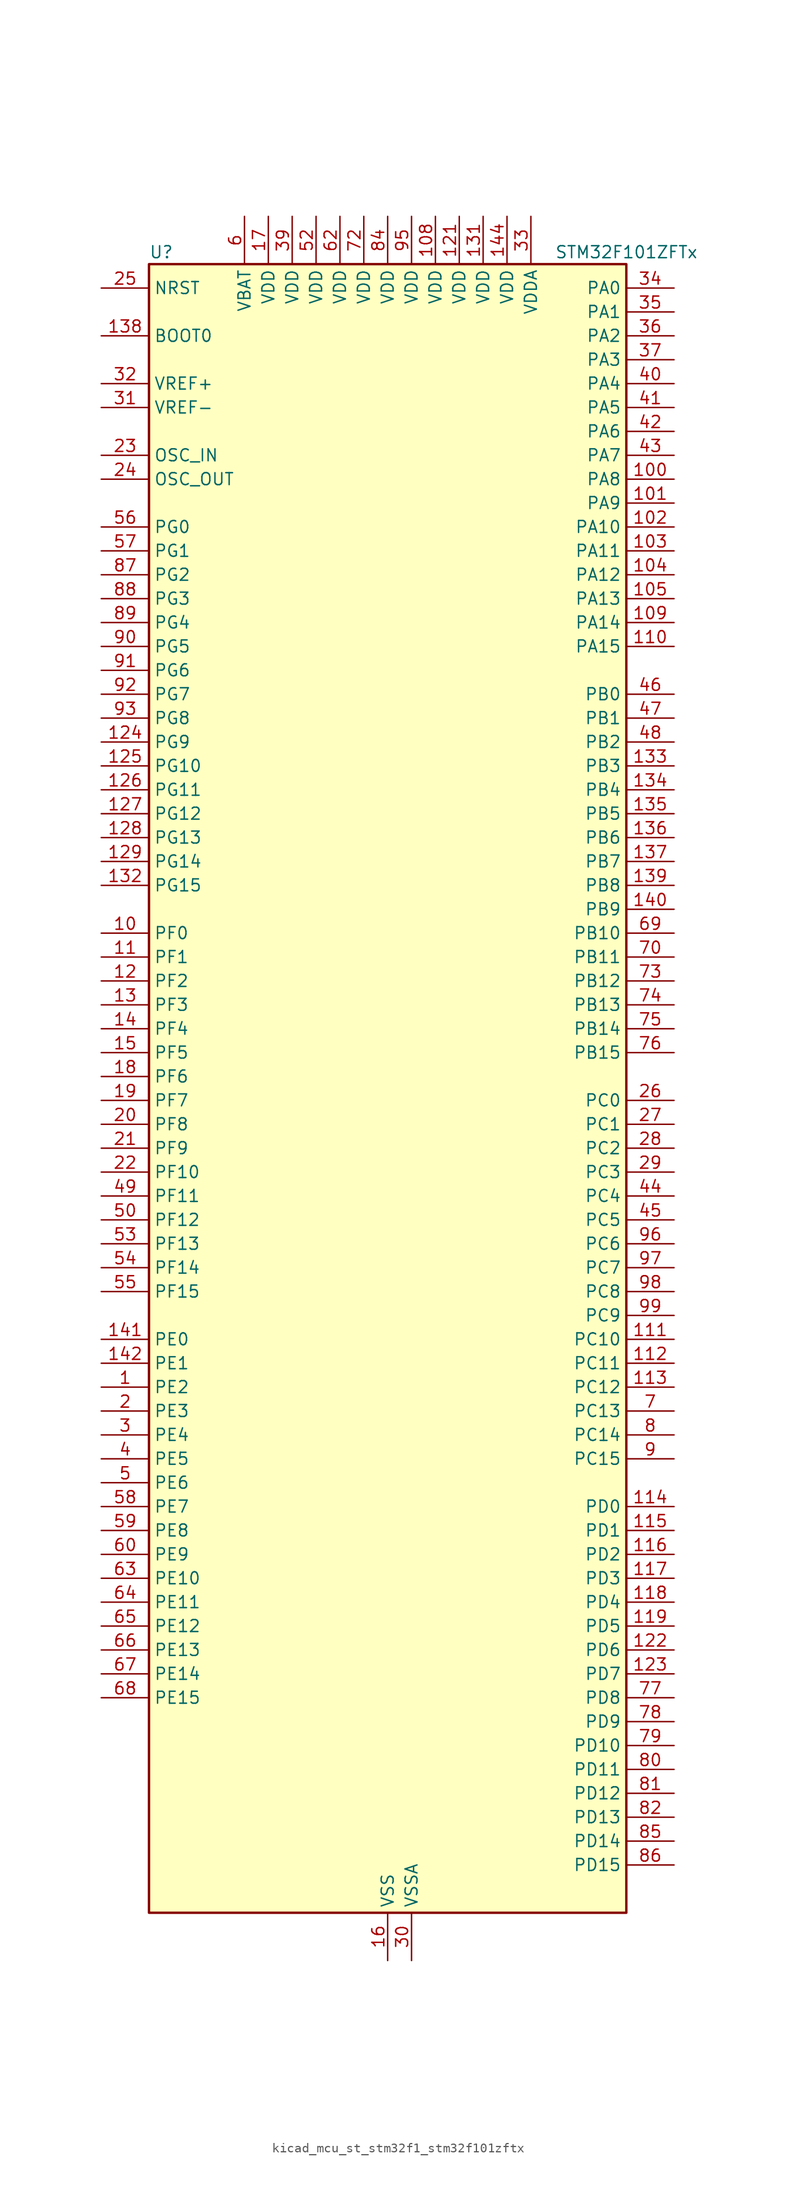
<source format=kicad_sym>
(kicad_symbol_lib
  (version 20220914)
  (generator kicad_symbol_editor)
  (symbol "kicad_mcu_st_stm32f1_stm32f101zftx"
    (property "Reference" "U"
      (at -25.4 90.17 0)
      (effects (font (size 1.27 1.27)) (justify left)))
    (property "Value" "STM32F101ZFTx"
      (at 17.78 90.17 0)
      (effects (font (size 1.27 1.27)) (justify left)))
    (property "ki_locked" ""
      (at 0 0 0)
      (effects (font (size 1.27 1.27))))
    (symbol "kicad_mcu_st_stm32f1_stm32f101zftx_0_1"
      (rectangle (start -25.4 -86.36) (end 25.4 88.9) (stroke (width 0.254) (type default)) (fill (type background))))
    (symbol "kicad_mcu_st_stm32f1_stm32f101zftx_1_1"
      (pin bidirectional line (at -30.48 -30.48 0) (length 5.08) (name "PE2" (effects (font (size 1.27 1.27)))) (number "1" (effects (font (size 1.27 1.27)))) (alternate "FSMC_A23" bidirectional line) (alternate "SYS_TRACECLK" bidirectional line))
      (pin bidirectional line (at -30.48 17.78 0) (length 5.08) (name "PF0" (effects (font (size 1.27 1.27)))) (number "10" (effects (font (size 1.27 1.27)))) (alternate "FSMC_A0" bidirectional line))
      (pin bidirectional line (at 30.48 66.04 180) (length 5.08) (name "PA8" (effects (font (size 1.27 1.27)))) (number "100" (effects (font (size 1.27 1.27)))) (alternate "RCC_MCO" bidirectional line) (alternate "USART1_CK" bidirectional line))
      (pin bidirectional line (at 30.48 63.5 180) (length 5.08) (name "PA9" (effects (font (size 1.27 1.27)))) (number "101" (effects (font (size 1.27 1.27)))) (alternate "DAC_EXTI9" bidirectional line) (alternate "USART1_TX" bidirectional line))
      (pin bidirectional line (at 30.48 60.96 180) (length 5.08) (name "PA10" (effects (font (size 1.27 1.27)))) (number "102" (effects (font (size 1.27 1.27)))) (alternate "USART1_RX" bidirectional line))
      (pin bidirectional line (at 30.48 58.42 180) (length 5.08) (name "PA11" (effects (font (size 1.27 1.27)))) (number "103" (effects (font (size 1.27 1.27)))) (alternate "ADC1_EXTI11" bidirectional line) (alternate "USART1_CTS" bidirectional line))
      (pin bidirectional line (at 30.48 55.88 180) (length 5.08) (name "PA12" (effects (font (size 1.27 1.27)))) (number "104" (effects (font (size 1.27 1.27)))) (alternate "USART1_RTS" bidirectional line))
      (pin bidirectional line (at 30.48 53.34 180) (length 5.08) (name "PA13" (effects (font (size 1.27 1.27)))) (number "105" (effects (font (size 1.27 1.27)))) (alternate "SYS_JTMS-SWDIO" bidirectional line))
      (pin no_connect line (at -25.4 -86.36 0) (length 5.08) hide (name "NC" (effects (font (size 1.27 1.27)))) (number "106" (effects (font (size 1.27 1.27)))))
      (pin passive line (at 0 -91.44 90) (length 5.08) hide (name "VSS" (effects (font (size 1.27 1.27)))) (number "107" (effects (font (size 1.27 1.27)))))
      (pin power_in line (at 5.08 93.98 270) (length 5.08) (name "VDD" (effects (font (size 1.27 1.27)))) (number "108" (effects (font (size 1.27 1.27)))))
      (pin bidirectional line (at 30.48 50.8 180) (length 5.08) (name "PA14" (effects (font (size 1.27 1.27)))) (number "109" (effects (font (size 1.27 1.27)))) (alternate "SYS_JTCK-SWCLK" bidirectional line))
      (pin bidirectional line (at -30.48 15.24 0) (length 5.08) (name "PF1" (effects (font (size 1.27 1.27)))) (number "11" (effects (font (size 1.27 1.27)))) (alternate "FSMC_A1" bidirectional line))
      (pin bidirectional line (at 30.48 48.26 180) (length 5.08) (name "PA15" (effects (font (size 1.27 1.27)))) (number "110" (effects (font (size 1.27 1.27)))) (alternate "ADC1_EXTI15" bidirectional line) (alternate "SPI1_NSS" bidirectional line) (alternate "SPI3_NSS" bidirectional line) (alternate "SYS_JTDI" bidirectional line) (alternate "TIM2_CH1" bidirectional line) (alternate "TIM2_ETR" bidirectional line))
      (pin bidirectional line (at 30.48 -25.4 180) (length 5.08) (name "PC10" (effects (font (size 1.27 1.27)))) (number "111" (effects (font (size 1.27 1.27)))) (alternate "UART4_TX" bidirectional line) (alternate "USART3_TX" bidirectional line))
      (pin bidirectional line (at 30.48 -27.94 180) (length 5.08) (name "PC11" (effects (font (size 1.27 1.27)))) (number "112" (effects (font (size 1.27 1.27)))) (alternate "ADC1_EXTI11" bidirectional line) (alternate "UART4_RX" bidirectional line) (alternate "USART3_RX" bidirectional line))
      (pin bidirectional line (at 30.48 -30.48 180) (length 5.08) (name "PC12" (effects (font (size 1.27 1.27)))) (number "113" (effects (font (size 1.27 1.27)))) (alternate "UART5_TX" bidirectional line) (alternate "USART3_CK" bidirectional line))
      (pin bidirectional line (at 30.48 -43.18 180) (length 5.08) (name "PD0" (effects (font (size 1.27 1.27)))) (number "114" (effects (font (size 1.27 1.27)))) (alternate "FSMC_D2" bidirectional line) (alternate "FSMC_DA2" bidirectional line))
      (pin bidirectional line (at 30.48 -45.72 180) (length 5.08) (name "PD1" (effects (font (size 1.27 1.27)))) (number "115" (effects (font (size 1.27 1.27)))) (alternate "FSMC_D3" bidirectional line) (alternate "FSMC_DA3" bidirectional line))
      (pin bidirectional line (at 30.48 -48.26 180) (length 5.08) (name "PD2" (effects (font (size 1.27 1.27)))) (number "116" (effects (font (size 1.27 1.27)))) (alternate "TIM3_ETR" bidirectional line) (alternate "UART5_RX" bidirectional line))
      (pin bidirectional line (at 30.48 -50.8 180) (length 5.08) (name "PD3" (effects (font (size 1.27 1.27)))) (number "117" (effects (font (size 1.27 1.27)))) (alternate "FSMC_CLK" bidirectional line) (alternate "USART2_CTS" bidirectional line))
      (pin bidirectional line (at 30.48 -53.34 180) (length 5.08) (name "PD4" (effects (font (size 1.27 1.27)))) (number "118" (effects (font (size 1.27 1.27)))) (alternate "FSMC_NOE" bidirectional line) (alternate "USART2_RTS" bidirectional line))
      (pin bidirectional line (at 30.48 -55.88 180) (length 5.08) (name "PD5" (effects (font (size 1.27 1.27)))) (number "119" (effects (font (size 1.27 1.27)))) (alternate "FSMC_NWE" bidirectional line) (alternate "USART2_TX" bidirectional line))
      (pin bidirectional line (at -30.48 12.7 0) (length 5.08) (name "PF2" (effects (font (size 1.27 1.27)))) (number "12" (effects (font (size 1.27 1.27)))) (alternate "FSMC_A2" bidirectional line))
      (pin passive line (at 0 -91.44 90) (length 5.08) hide (name "VSS" (effects (font (size 1.27 1.27)))) (number "120" (effects (font (size 1.27 1.27)))))
      (pin power_in line (at 7.62 93.98 270) (length 5.08) (name "VDD" (effects (font (size 1.27 1.27)))) (number "121" (effects (font (size 1.27 1.27)))))
      (pin bidirectional line (at 30.48 -58.42 180) (length 5.08) (name "PD6" (effects (font (size 1.27 1.27)))) (number "122" (effects (font (size 1.27 1.27)))) (alternate "FSMC_NWAIT" bidirectional line) (alternate "USART2_RX" bidirectional line))
      (pin bidirectional line (at 30.48 -60.96 180) (length 5.08) (name "PD7" (effects (font (size 1.27 1.27)))) (number "123" (effects (font (size 1.27 1.27)))) (alternate "FSMC_NCE2" bidirectional line) (alternate "FSMC_NE1" bidirectional line) (alternate "USART2_CK" bidirectional line))
      (pin bidirectional line (at -30.48 38.1 0) (length 5.08) (name "PG9" (effects (font (size 1.27 1.27)))) (number "124" (effects (font (size 1.27 1.27)))) (alternate "DAC_EXTI9" bidirectional line) (alternate "FSMC_NCE3" bidirectional line) (alternate "FSMC_NE2" bidirectional line))
      (pin bidirectional line (at -30.48 35.56 0) (length 5.08) (name "PG10" (effects (font (size 1.27 1.27)))) (number "125" (effects (font (size 1.27 1.27)))) (alternate "FSMC_NCE4_1" bidirectional line) (alternate "FSMC_NE3" bidirectional line))
      (pin bidirectional line (at -30.48 33.02 0) (length 5.08) (name "PG11" (effects (font (size 1.27 1.27)))) (number "126" (effects (font (size 1.27 1.27)))) (alternate "ADC1_EXTI11" bidirectional line) (alternate "FSMC_NCE4_2" bidirectional line))
      (pin bidirectional line (at -30.48 30.48 0) (length 5.08) (name "PG12" (effects (font (size 1.27 1.27)))) (number "127" (effects (font (size 1.27 1.27)))) (alternate "FSMC_NE4" bidirectional line))
      (pin bidirectional line (at -30.48 27.94 0) (length 5.08) (name "PG13" (effects (font (size 1.27 1.27)))) (number "128" (effects (font (size 1.27 1.27)))) (alternate "FSMC_A24" bidirectional line))
      (pin bidirectional line (at -30.48 25.4 0) (length 5.08) (name "PG14" (effects (font (size 1.27 1.27)))) (number "129" (effects (font (size 1.27 1.27)))) (alternate "FSMC_A25" bidirectional line))
      (pin bidirectional line (at -30.48 10.16 0) (length 5.08) (name "PF3" (effects (font (size 1.27 1.27)))) (number "13" (effects (font (size 1.27 1.27)))) (alternate "FSMC_A3" bidirectional line))
      (pin passive line (at 0 -91.44 90) (length 5.08) hide (name "VSS" (effects (font (size 1.27 1.27)))) (number "130" (effects (font (size 1.27 1.27)))))
      (pin power_in line (at 10.16 93.98 270) (length 5.08) (name "VDD" (effects (font (size 1.27 1.27)))) (number "131" (effects (font (size 1.27 1.27)))))
      (pin bidirectional line (at -30.48 22.86 0) (length 5.08) (name "PG15" (effects (font (size 1.27 1.27)))) (number "132" (effects (font (size 1.27 1.27)))) (alternate "ADC1_EXTI15" bidirectional line))
      (pin bidirectional line (at 30.48 35.56 180) (length 5.08) (name "PB3" (effects (font (size 1.27 1.27)))) (number "133" (effects (font (size 1.27 1.27)))) (alternate "SPI1_SCK" bidirectional line) (alternate "SPI3_SCK" bidirectional line) (alternate "SYS_JTDO-TRACESWO" bidirectional line) (alternate "TIM2_CH2" bidirectional line))
      (pin bidirectional line (at 30.48 33.02 180) (length 5.08) (name "PB4" (effects (font (size 1.27 1.27)))) (number "134" (effects (font (size 1.27 1.27)))) (alternate "SPI1_MISO" bidirectional line) (alternate "SPI3_MISO" bidirectional line) (alternate "SYS_NJTRST" bidirectional line) (alternate "TIM3_CH1" bidirectional line))
      (pin bidirectional line (at 30.48 30.48 180) (length 5.08) (name "PB5" (effects (font (size 1.27 1.27)))) (number "135" (effects (font (size 1.27 1.27)))) (alternate "I2C1_SMBA" bidirectional line) (alternate "SPI1_MOSI" bidirectional line) (alternate "SPI3_MOSI" bidirectional line) (alternate "TIM3_CH2" bidirectional line))
      (pin bidirectional line (at 30.48 27.94 180) (length 5.08) (name "PB6" (effects (font (size 1.27 1.27)))) (number "136" (effects (font (size 1.27 1.27)))) (alternate "I2C1_SCL" bidirectional line) (alternate "TIM4_CH1" bidirectional line) (alternate "USART1_TX" bidirectional line))
      (pin bidirectional line (at 30.48 25.4 180) (length 5.08) (name "PB7" (effects (font (size 1.27 1.27)))) (number "137" (effects (font (size 1.27 1.27)))) (alternate "FSMC_NL" bidirectional line) (alternate "I2C1_SDA" bidirectional line) (alternate "TIM4_CH2" bidirectional line) (alternate "USART1_RX" bidirectional line))
      (pin input line (at -30.48 81.28 0) (length 5.08) (name "BOOT0" (effects (font (size 1.27 1.27)))) (number "138" (effects (font (size 1.27 1.27)))))
      (pin bidirectional line (at 30.48 22.86 180) (length 5.08) (name "PB8" (effects (font (size 1.27 1.27)))) (number "139" (effects (font (size 1.27 1.27)))) (alternate "I2C1_SCL" bidirectional line) (alternate "TIM10_CH1" bidirectional line) (alternate "TIM4_CH3" bidirectional line))
      (pin bidirectional line (at -30.48 7.62 0) (length 5.08) (name "PF4" (effects (font (size 1.27 1.27)))) (number "14" (effects (font (size 1.27 1.27)))) (alternate "FSMC_A4" bidirectional line))
      (pin bidirectional line (at 30.48 20.32 180) (length 5.08) (name "PB9" (effects (font (size 1.27 1.27)))) (number "140" (effects (font (size 1.27 1.27)))) (alternate "DAC_EXTI9" bidirectional line) (alternate "I2C1_SDA" bidirectional line) (alternate "TIM11_CH1" bidirectional line) (alternate "TIM4_CH4" bidirectional line))
      (pin bidirectional line (at -30.48 -25.4 0) (length 5.08) (name "PE0" (effects (font (size 1.27 1.27)))) (number "141" (effects (font (size 1.27 1.27)))) (alternate "FSMC_NBL0" bidirectional line) (alternate "TIM4_ETR" bidirectional line))
      (pin bidirectional line (at -30.48 -27.94 0) (length 5.08) (name "PE1" (effects (font (size 1.27 1.27)))) (number "142" (effects (font (size 1.27 1.27)))) (alternate "FSMC_NBL1" bidirectional line))
      (pin passive line (at 0 -91.44 90) (length 5.08) hide (name "VSS" (effects (font (size 1.27 1.27)))) (number "143" (effects (font (size 1.27 1.27)))))
      (pin power_in line (at 12.7 93.98 270) (length 5.08) (name "VDD" (effects (font (size 1.27 1.27)))) (number "144" (effects (font (size 1.27 1.27)))))
      (pin bidirectional line (at -30.48 5.08 0) (length 5.08) (name "PF5" (effects (font (size 1.27 1.27)))) (number "15" (effects (font (size 1.27 1.27)))) (alternate "FSMC_A5" bidirectional line))
      (pin power_in line (at 0 -91.44 90) (length 5.08) (name "VSS" (effects (font (size 1.27 1.27)))) (number "16" (effects (font (size 1.27 1.27)))))
      (pin power_in line (at -12.7 93.98 270) (length 5.08) (name "VDD" (effects (font (size 1.27 1.27)))) (number "17" (effects (font (size 1.27 1.27)))))
      (pin bidirectional line (at -30.48 2.54 0) (length 5.08) (name "PF6" (effects (font (size 1.27 1.27)))) (number "18" (effects (font (size 1.27 1.27)))) (alternate "FSMC_NIORD" bidirectional line) (alternate "TIM10_CH1" bidirectional line))
      (pin bidirectional line (at -30.48 0 0) (length 5.08) (name "PF7" (effects (font (size 1.27 1.27)))) (number "19" (effects (font (size 1.27 1.27)))) (alternate "FSMC_NREG" bidirectional line) (alternate "TIM11_CH1" bidirectional line))
      (pin bidirectional line (at -30.48 -33.02 0) (length 5.08) (name "PE3" (effects (font (size 1.27 1.27)))) (number "2" (effects (font (size 1.27 1.27)))) (alternate "FSMC_A19" bidirectional line) (alternate "SYS_TRACED0" bidirectional line))
      (pin bidirectional line (at -30.48 -2.54 0) (length 5.08) (name "PF8" (effects (font (size 1.27 1.27)))) (number "20" (effects (font (size 1.27 1.27)))) (alternate "FSMC_NIOWR" bidirectional line) (alternate "TIM13_CH1" bidirectional line))
      (pin bidirectional line (at -30.48 -5.08 0) (length 5.08) (name "PF9" (effects (font (size 1.27 1.27)))) (number "21" (effects (font (size 1.27 1.27)))) (alternate "DAC_EXTI9" bidirectional line) (alternate "FSMC_CD" bidirectional line) (alternate "TIM14_CH1" bidirectional line))
      (pin bidirectional line (at -30.48 -7.62 0) (length 5.08) (name "PF10" (effects (font (size 1.27 1.27)))) (number "22" (effects (font (size 1.27 1.27)))) (alternate "FSMC_INTR" bidirectional line))
      (pin input line (at -30.48 68.58 0) (length 5.08) (name "OSC_IN" (effects (font (size 1.27 1.27)))) (number "23" (effects (font (size 1.27 1.27)))) (alternate "RCC_OSC_IN" bidirectional line))
      (pin input line (at -30.48 66.04 0) (length 5.08) (name "OSC_OUT" (effects (font (size 1.27 1.27)))) (number "24" (effects (font (size 1.27 1.27)))) (alternate "RCC_OSC_OUT" bidirectional line))
      (pin input line (at -30.48 86.36 0) (length 5.08) (name "NRST" (effects (font (size 1.27 1.27)))) (number "25" (effects (font (size 1.27 1.27)))))
      (pin bidirectional line (at 30.48 0 180) (length 5.08) (name "PC0" (effects (font (size 1.27 1.27)))) (number "26" (effects (font (size 1.27 1.27)))) (alternate "ADC1_IN10" bidirectional line))
      (pin bidirectional line (at 30.48 -2.54 180) (length 5.08) (name "PC1" (effects (font (size 1.27 1.27)))) (number "27" (effects (font (size 1.27 1.27)))) (alternate "ADC1_IN11" bidirectional line))
      (pin bidirectional line (at 30.48 -5.08 180) (length 5.08) (name "PC2" (effects (font (size 1.27 1.27)))) (number "28" (effects (font (size 1.27 1.27)))) (alternate "ADC1_IN12" bidirectional line))
      (pin bidirectional line (at 30.48 -7.62 180) (length 5.08) (name "PC3" (effects (font (size 1.27 1.27)))) (number "29" (effects (font (size 1.27 1.27)))) (alternate "ADC1_IN13" bidirectional line))
      (pin bidirectional line (at -30.48 -35.56 0) (length 5.08) (name "PE4" (effects (font (size 1.27 1.27)))) (number "3" (effects (font (size 1.27 1.27)))) (alternate "FSMC_A20" bidirectional line) (alternate "SYS_TRACED1" bidirectional line))
      (pin power_in line (at 2.54 -91.44 90) (length 5.08) (name "VSSA" (effects (font (size 1.27 1.27)))) (number "30" (effects (font (size 1.27 1.27)))))
      (pin input line (at -30.48 73.66 0) (length 5.08) (name "VREF-" (effects (font (size 1.27 1.27)))) (number "31" (effects (font (size 1.27 1.27)))))
      (pin input line (at -30.48 76.2 0) (length 5.08) (name "VREF+" (effects (font (size 1.27 1.27)))) (number "32" (effects (font (size 1.27 1.27)))))
      (pin power_in line (at 15.24 93.98 270) (length 5.08) (name "VDDA" (effects (font (size 1.27 1.27)))) (number "33" (effects (font (size 1.27 1.27)))))
      (pin bidirectional line (at 30.48 86.36 180) (length 5.08) (name "PA0" (effects (font (size 1.27 1.27)))) (number "34" (effects (font (size 1.27 1.27)))) (alternate "ADC1_IN0" bidirectional line) (alternate "SYS_WKUP" bidirectional line) (alternate "TIM2_CH1" bidirectional line) (alternate "TIM2_ETR" bidirectional line) (alternate "TIM5_CH1" bidirectional line) (alternate "USART2_CTS" bidirectional line))
      (pin bidirectional line (at 30.48 83.82 180) (length 5.08) (name "PA1" (effects (font (size 1.27 1.27)))) (number "35" (effects (font (size 1.27 1.27)))) (alternate "ADC1_IN1" bidirectional line) (alternate "TIM2_CH2" bidirectional line) (alternate "TIM5_CH2" bidirectional line) (alternate "USART2_RTS" bidirectional line))
      (pin bidirectional line (at 30.48 81.28 180) (length 5.08) (name "PA2" (effects (font (size 1.27 1.27)))) (number "36" (effects (font (size 1.27 1.27)))) (alternate "ADC1_IN2" bidirectional line) (alternate "TIM2_CH3" bidirectional line) (alternate "TIM5_CH3" bidirectional line) (alternate "TIM9_CH1" bidirectional line) (alternate "USART2_TX" bidirectional line))
      (pin bidirectional line (at 30.48 78.74 180) (length 5.08) (name "PA3" (effects (font (size 1.27 1.27)))) (number "37" (effects (font (size 1.27 1.27)))) (alternate "ADC1_IN3" bidirectional line) (alternate "TIM2_CH4" bidirectional line) (alternate "TIM5_CH4" bidirectional line) (alternate "TIM9_CH2" bidirectional line) (alternate "USART2_RX" bidirectional line))
      (pin passive line (at 0 -91.44 90) (length 5.08) hide (name "VSS" (effects (font (size 1.27 1.27)))) (number "38" (effects (font (size 1.27 1.27)))))
      (pin power_in line (at -10.16 93.98 270) (length 5.08) (name "VDD" (effects (font (size 1.27 1.27)))) (number "39" (effects (font (size 1.27 1.27)))))
      (pin bidirectional line (at -30.48 -38.1 0) (length 5.08) (name "PE5" (effects (font (size 1.27 1.27)))) (number "4" (effects (font (size 1.27 1.27)))) (alternate "FSMC_A21" bidirectional line) (alternate "SYS_TRACED2" bidirectional line) (alternate "TIM9_CH1" bidirectional line))
      (pin bidirectional line (at 30.48 76.2 180) (length 5.08) (name "PA4" (effects (font (size 1.27 1.27)))) (number "40" (effects (font (size 1.27 1.27)))) (alternate "ADC1_IN4" bidirectional line) (alternate "DAC_OUT1" bidirectional line) (alternate "SPI1_NSS" bidirectional line) (alternate "USART2_CK" bidirectional line))
      (pin bidirectional line (at 30.48 73.66 180) (length 5.08) (name "PA5" (effects (font (size 1.27 1.27)))) (number "41" (effects (font (size 1.27 1.27)))) (alternate "ADC1_IN5" bidirectional line) (alternate "DAC_OUT2" bidirectional line) (alternate "SPI1_SCK" bidirectional line))
      (pin bidirectional line (at 30.48 71.12 180) (length 5.08) (name "PA6" (effects (font (size 1.27 1.27)))) (number "42" (effects (font (size 1.27 1.27)))) (alternate "ADC1_IN6" bidirectional line) (alternate "SPI1_MISO" bidirectional line) (alternate "TIM13_CH1" bidirectional line) (alternate "TIM3_CH1" bidirectional line))
      (pin bidirectional line (at 30.48 68.58 180) (length 5.08) (name "PA7" (effects (font (size 1.27 1.27)))) (number "43" (effects (font (size 1.27 1.27)))) (alternate "ADC1_IN7" bidirectional line) (alternate "SPI1_MOSI" bidirectional line) (alternate "TIM14_CH1" bidirectional line) (alternate "TIM3_CH2" bidirectional line))
      (pin bidirectional line (at 30.48 -10.16 180) (length 5.08) (name "PC4" (effects (font (size 1.27 1.27)))) (number "44" (effects (font (size 1.27 1.27)))) (alternate "ADC1_IN14" bidirectional line))
      (pin bidirectional line (at 30.48 -12.7 180) (length 5.08) (name "PC5" (effects (font (size 1.27 1.27)))) (number "45" (effects (font (size 1.27 1.27)))) (alternate "ADC1_IN15" bidirectional line))
      (pin bidirectional line (at 30.48 43.18 180) (length 5.08) (name "PB0" (effects (font (size 1.27 1.27)))) (number "46" (effects (font (size 1.27 1.27)))) (alternate "ADC1_IN8" bidirectional line) (alternate "TIM3_CH3" bidirectional line))
      (pin bidirectional line (at 30.48 40.64 180) (length 5.08) (name "PB1" (effects (font (size 1.27 1.27)))) (number "47" (effects (font (size 1.27 1.27)))) (alternate "ADC1_IN9" bidirectional line) (alternate "TIM3_CH4" bidirectional line))
      (pin bidirectional line (at 30.48 38.1 180) (length 5.08) (name "PB2" (effects (font (size 1.27 1.27)))) (number "48" (effects (font (size 1.27 1.27)))))
      (pin bidirectional line (at -30.48 -10.16 0) (length 5.08) (name "PF11" (effects (font (size 1.27 1.27)))) (number "49" (effects (font (size 1.27 1.27)))) (alternate "ADC1_EXTI11" bidirectional line) (alternate "FSMC_NIOS16" bidirectional line))
      (pin bidirectional line (at -30.48 -40.64 0) (length 5.08) (name "PE6" (effects (font (size 1.27 1.27)))) (number "5" (effects (font (size 1.27 1.27)))) (alternate "FSMC_A22" bidirectional line) (alternate "SYS_TRACED3" bidirectional line) (alternate "TIM9_CH2" bidirectional line))
      (pin bidirectional line (at -30.48 -12.7 0) (length 5.08) (name "PF12" (effects (font (size 1.27 1.27)))) (number "50" (effects (font (size 1.27 1.27)))) (alternate "FSMC_A6" bidirectional line))
      (pin passive line (at 0 -91.44 90) (length 5.08) hide (name "VSS" (effects (font (size 1.27 1.27)))) (number "51" (effects (font (size 1.27 1.27)))))
      (pin power_in line (at -7.62 93.98 270) (length 5.08) (name "VDD" (effects (font (size 1.27 1.27)))) (number "52" (effects (font (size 1.27 1.27)))))
      (pin bidirectional line (at -30.48 -15.24 0) (length 5.08) (name "PF13" (effects (font (size 1.27 1.27)))) (number "53" (effects (font (size 1.27 1.27)))) (alternate "FSMC_A7" bidirectional line))
      (pin bidirectional line (at -30.48 -17.78 0) (length 5.08) (name "PF14" (effects (font (size 1.27 1.27)))) (number "54" (effects (font (size 1.27 1.27)))) (alternate "FSMC_A8" bidirectional line))
      (pin bidirectional line (at -30.48 -20.32 0) (length 5.08) (name "PF15" (effects (font (size 1.27 1.27)))) (number "55" (effects (font (size 1.27 1.27)))) (alternate "ADC1_EXTI15" bidirectional line) (alternate "FSMC_A9" bidirectional line))
      (pin bidirectional line (at -30.48 60.96 0) (length 5.08) (name "PG0" (effects (font (size 1.27 1.27)))) (number "56" (effects (font (size 1.27 1.27)))) (alternate "FSMC_A10" bidirectional line))
      (pin bidirectional line (at -30.48 58.42 0) (length 5.08) (name "PG1" (effects (font (size 1.27 1.27)))) (number "57" (effects (font (size 1.27 1.27)))) (alternate "FSMC_A11" bidirectional line))
      (pin bidirectional line (at -30.48 -43.18 0) (length 5.08) (name "PE7" (effects (font (size 1.27 1.27)))) (number "58" (effects (font (size 1.27 1.27)))) (alternate "FSMC_D4" bidirectional line) (alternate "FSMC_DA4" bidirectional line))
      (pin bidirectional line (at -30.48 -45.72 0) (length 5.08) (name "PE8" (effects (font (size 1.27 1.27)))) (number "59" (effects (font (size 1.27 1.27)))) (alternate "FSMC_D5" bidirectional line) (alternate "FSMC_DA5" bidirectional line))
      (pin power_in line (at -15.24 93.98 270) (length 5.08) (name "VBAT" (effects (font (size 1.27 1.27)))) (number "6" (effects (font (size 1.27 1.27)))))
      (pin bidirectional line (at -30.48 -48.26 0) (length 5.08) (name "PE9" (effects (font (size 1.27 1.27)))) (number "60" (effects (font (size 1.27 1.27)))) (alternate "DAC_EXTI9" bidirectional line) (alternate "FSMC_D6" bidirectional line) (alternate "FSMC_DA6" bidirectional line))
      (pin passive line (at 0 -91.44 90) (length 5.08) hide (name "VSS" (effects (font (size 1.27 1.27)))) (number "61" (effects (font (size 1.27 1.27)))))
      (pin power_in line (at -5.08 93.98 270) (length 5.08) (name "VDD" (effects (font (size 1.27 1.27)))) (number "62" (effects (font (size 1.27 1.27)))))
      (pin bidirectional line (at -30.48 -50.8 0) (length 5.08) (name "PE10" (effects (font (size 1.27 1.27)))) (number "63" (effects (font (size 1.27 1.27)))) (alternate "FSMC_D7" bidirectional line) (alternate "FSMC_DA7" bidirectional line))
      (pin bidirectional line (at -30.48 -53.34 0) (length 5.08) (name "PE11" (effects (font (size 1.27 1.27)))) (number "64" (effects (font (size 1.27 1.27)))) (alternate "ADC1_EXTI11" bidirectional line) (alternate "FSMC_D8" bidirectional line) (alternate "FSMC_DA8" bidirectional line))
      (pin bidirectional line (at -30.48 -55.88 0) (length 5.08) (name "PE12" (effects (font (size 1.27 1.27)))) (number "65" (effects (font (size 1.27 1.27)))) (alternate "FSMC_D9" bidirectional line) (alternate "FSMC_DA9" bidirectional line))
      (pin bidirectional line (at -30.48 -58.42 0) (length 5.08) (name "PE13" (effects (font (size 1.27 1.27)))) (number "66" (effects (font (size 1.27 1.27)))) (alternate "FSMC_D10" bidirectional line) (alternate "FSMC_DA10" bidirectional line))
      (pin bidirectional line (at -30.48 -60.96 0) (length 5.08) (name "PE14" (effects (font (size 1.27 1.27)))) (number "67" (effects (font (size 1.27 1.27)))) (alternate "FSMC_D11" bidirectional line) (alternate "FSMC_DA11" bidirectional line))
      (pin bidirectional line (at -30.48 -63.5 0) (length 5.08) (name "PE15" (effects (font (size 1.27 1.27)))) (number "68" (effects (font (size 1.27 1.27)))) (alternate "ADC1_EXTI15" bidirectional line) (alternate "FSMC_D12" bidirectional line) (alternate "FSMC_DA12" bidirectional line))
      (pin bidirectional line (at 30.48 17.78 180) (length 5.08) (name "PB10" (effects (font (size 1.27 1.27)))) (number "69" (effects (font (size 1.27 1.27)))) (alternate "I2C2_SCL" bidirectional line) (alternate "TIM2_CH3" bidirectional line) (alternate "USART3_TX" bidirectional line))
      (pin bidirectional line (at 30.48 -33.02 180) (length 5.08) (name "PC13" (effects (font (size 1.27 1.27)))) (number "7" (effects (font (size 1.27 1.27)))) (alternate "RTC_OUT" bidirectional line) (alternate "RTC_TAMPER" bidirectional line))
      (pin bidirectional line (at 30.48 15.24 180) (length 5.08) (name "PB11" (effects (font (size 1.27 1.27)))) (number "70" (effects (font (size 1.27 1.27)))) (alternate "ADC1_EXTI11" bidirectional line) (alternate "I2C2_SDA" bidirectional line) (alternate "TIM2_CH4" bidirectional line) (alternate "USART3_RX" bidirectional line))
      (pin passive line (at 0 -91.44 90) (length 5.08) hide (name "VSS" (effects (font (size 1.27 1.27)))) (number "71" (effects (font (size 1.27 1.27)))))
      (pin power_in line (at -2.54 93.98 270) (length 5.08) (name "VDD" (effects (font (size 1.27 1.27)))) (number "72" (effects (font (size 1.27 1.27)))))
      (pin bidirectional line (at 30.48 12.7 180) (length 5.08) (name "PB12" (effects (font (size 1.27 1.27)))) (number "73" (effects (font (size 1.27 1.27)))) (alternate "I2C2_SMBA" bidirectional line) (alternate "SPI2_NSS" bidirectional line) (alternate "USART3_CK" bidirectional line))
      (pin bidirectional line (at 30.48 10.16 180) (length 5.08) (name "PB13" (effects (font (size 1.27 1.27)))) (number "74" (effects (font (size 1.27 1.27)))) (alternate "SPI2_SCK" bidirectional line) (alternate "USART3_CTS" bidirectional line))
      (pin bidirectional line (at 30.48 7.62 180) (length 5.08) (name "PB14" (effects (font (size 1.27 1.27)))) (number "75" (effects (font (size 1.27 1.27)))) (alternate "SPI2_MISO" bidirectional line) (alternate "TIM12_CH1" bidirectional line) (alternate "USART3_RTS" bidirectional line))
      (pin bidirectional line (at 30.48 5.08 180) (length 5.08) (name "PB15" (effects (font (size 1.27 1.27)))) (number "76" (effects (font (size 1.27 1.27)))) (alternate "ADC1_EXTI15" bidirectional line) (alternate "SPI2_MOSI" bidirectional line) (alternate "TIM12_CH2" bidirectional line))
      (pin bidirectional line (at 30.48 -63.5 180) (length 5.08) (name "PD8" (effects (font (size 1.27 1.27)))) (number "77" (effects (font (size 1.27 1.27)))) (alternate "FSMC_D13" bidirectional line) (alternate "FSMC_DA13" bidirectional line) (alternate "USART3_TX" bidirectional line))
      (pin bidirectional line (at 30.48 -66.04 180) (length 5.08) (name "PD9" (effects (font (size 1.27 1.27)))) (number "78" (effects (font (size 1.27 1.27)))) (alternate "DAC_EXTI9" bidirectional line) (alternate "FSMC_D14" bidirectional line) (alternate "FSMC_DA14" bidirectional line) (alternate "USART3_RX" bidirectional line))
      (pin bidirectional line (at 30.48 -68.58 180) (length 5.08) (name "PD10" (effects (font (size 1.27 1.27)))) (number "79" (effects (font (size 1.27 1.27)))) (alternate "FSMC_D15" bidirectional line) (alternate "FSMC_DA15" bidirectional line) (alternate "USART3_CK" bidirectional line))
      (pin bidirectional line (at 30.48 -35.56 180) (length 5.08) (name "PC14" (effects (font (size 1.27 1.27)))) (number "8" (effects (font (size 1.27 1.27)))) (alternate "RCC_OSC32_IN" bidirectional line))
      (pin bidirectional line (at 30.48 -71.12 180) (length 5.08) (name "PD11" (effects (font (size 1.27 1.27)))) (number "80" (effects (font (size 1.27 1.27)))) (alternate "ADC1_EXTI11" bidirectional line) (alternate "FSMC_A16" bidirectional line) (alternate "FSMC_CLE" bidirectional line) (alternate "USART3_CTS" bidirectional line))
      (pin bidirectional line (at 30.48 -73.66 180) (length 5.08) (name "PD12" (effects (font (size 1.27 1.27)))) (number "81" (effects (font (size 1.27 1.27)))) (alternate "FSMC_A17" bidirectional line) (alternate "FSMC_ALE" bidirectional line) (alternate "TIM4_CH1" bidirectional line) (alternate "USART3_RTS" bidirectional line))
      (pin bidirectional line (at 30.48 -76.2 180) (length 5.08) (name "PD13" (effects (font (size 1.27 1.27)))) (number "82" (effects (font (size 1.27 1.27)))) (alternate "FSMC_A18" bidirectional line) (alternate "TIM4_CH2" bidirectional line))
      (pin passive line (at 0 -91.44 90) (length 5.08) hide (name "VSS" (effects (font (size 1.27 1.27)))) (number "83" (effects (font (size 1.27 1.27)))))
      (pin power_in line (at 0 93.98 270) (length 5.08) (name "VDD" (effects (font (size 1.27 1.27)))) (number "84" (effects (font (size 1.27 1.27)))))
      (pin bidirectional line (at 30.48 -78.74 180) (length 5.08) (name "PD14" (effects (font (size 1.27 1.27)))) (number "85" (effects (font (size 1.27 1.27)))) (alternate "FSMC_D0" bidirectional line) (alternate "FSMC_DA0" bidirectional line) (alternate "TIM4_CH3" bidirectional line))
      (pin bidirectional line (at 30.48 -81.28 180) (length 5.08) (name "PD15" (effects (font (size 1.27 1.27)))) (number "86" (effects (font (size 1.27 1.27)))) (alternate "ADC1_EXTI15" bidirectional line) (alternate "FSMC_D1" bidirectional line) (alternate "FSMC_DA1" bidirectional line) (alternate "TIM4_CH4" bidirectional line))
      (pin bidirectional line (at -30.48 55.88 0) (length 5.08) (name "PG2" (effects (font (size 1.27 1.27)))) (number "87" (effects (font (size 1.27 1.27)))) (alternate "FSMC_A12" bidirectional line))
      (pin bidirectional line (at -30.48 53.34 0) (length 5.08) (name "PG3" (effects (font (size 1.27 1.27)))) (number "88" (effects (font (size 1.27 1.27)))) (alternate "FSMC_A13" bidirectional line))
      (pin bidirectional line (at -30.48 50.8 0) (length 5.08) (name "PG4" (effects (font (size 1.27 1.27)))) (number "89" (effects (font (size 1.27 1.27)))) (alternate "FSMC_A14" bidirectional line))
      (pin bidirectional line (at 30.48 -38.1 180) (length 5.08) (name "PC15" (effects (font (size 1.27 1.27)))) (number "9" (effects (font (size 1.27 1.27)))) (alternate "ADC1_EXTI15" bidirectional line) (alternate "RCC_OSC32_OUT" bidirectional line))
      (pin bidirectional line (at -30.48 48.26 0) (length 5.08) (name "PG5" (effects (font (size 1.27 1.27)))) (number "90" (effects (font (size 1.27 1.27)))) (alternate "FSMC_A15" bidirectional line))
      (pin bidirectional line (at -30.48 45.72 0) (length 5.08) (name "PG6" (effects (font (size 1.27 1.27)))) (number "91" (effects (font (size 1.27 1.27)))) (alternate "FSMC_INT2" bidirectional line))
      (pin bidirectional line (at -30.48 43.18 0) (length 5.08) (name "PG7" (effects (font (size 1.27 1.27)))) (number "92" (effects (font (size 1.27 1.27)))) (alternate "FSMC_INT3" bidirectional line))
      (pin bidirectional line (at -30.48 40.64 0) (length 5.08) (name "PG8" (effects (font (size 1.27 1.27)))) (number "93" (effects (font (size 1.27 1.27)))))
      (pin passive line (at 0 -91.44 90) (length 5.08) hide (name "VSS" (effects (font (size 1.27 1.27)))) (number "94" (effects (font (size 1.27 1.27)))))
      (pin power_in line (at 2.54 93.98 270) (length 5.08) (name "VDD" (effects (font (size 1.27 1.27)))) (number "95" (effects (font (size 1.27 1.27)))))
      (pin bidirectional line (at 30.48 -15.24 180) (length 5.08) (name "PC6" (effects (font (size 1.27 1.27)))) (number "96" (effects (font (size 1.27 1.27)))) (alternate "TIM3_CH1" bidirectional line))
      (pin bidirectional line (at 30.48 -17.78 180) (length 5.08) (name "PC7" (effects (font (size 1.27 1.27)))) (number "97" (effects (font (size 1.27 1.27)))) (alternate "TIM3_CH2" bidirectional line))
      (pin bidirectional line (at 30.48 -20.32 180) (length 5.08) (name "PC8" (effects (font (size 1.27 1.27)))) (number "98" (effects (font (size 1.27 1.27)))) (alternate "TIM3_CH3" bidirectional line))
      (pin bidirectional line (at 30.48 -22.86 180) (length 5.08) (name "PC9" (effects (font (size 1.27 1.27)))) (number "99" (effects (font (size 1.27 1.27)))) (alternate "DAC_EXTI9" bidirectional line) (alternate "TIM3_CH4" bidirectional line)))))
</source>
